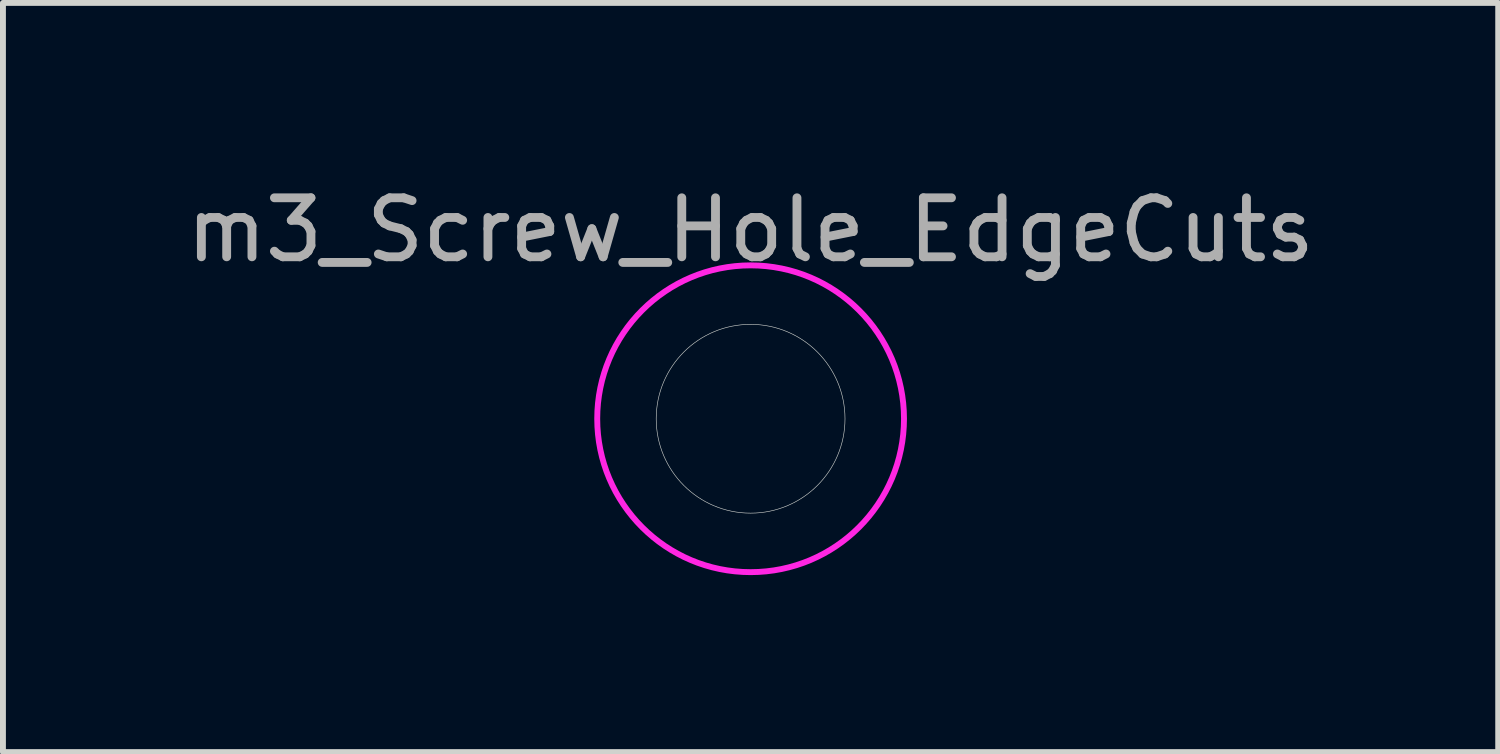
<source format=kicad_pcb>
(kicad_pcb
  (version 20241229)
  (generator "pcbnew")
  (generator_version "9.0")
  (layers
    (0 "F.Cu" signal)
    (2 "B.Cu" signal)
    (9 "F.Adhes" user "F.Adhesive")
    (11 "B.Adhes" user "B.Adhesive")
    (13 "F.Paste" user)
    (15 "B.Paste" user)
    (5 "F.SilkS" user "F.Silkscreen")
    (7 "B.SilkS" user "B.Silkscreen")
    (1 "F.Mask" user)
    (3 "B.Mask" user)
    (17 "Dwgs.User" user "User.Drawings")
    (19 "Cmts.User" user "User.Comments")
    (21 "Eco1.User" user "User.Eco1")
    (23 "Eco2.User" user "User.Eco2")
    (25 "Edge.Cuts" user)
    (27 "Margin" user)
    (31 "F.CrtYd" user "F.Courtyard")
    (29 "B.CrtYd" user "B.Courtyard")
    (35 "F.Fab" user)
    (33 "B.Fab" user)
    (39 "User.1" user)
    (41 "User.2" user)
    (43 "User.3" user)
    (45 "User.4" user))
  (footprint "m3_Screw_Hole_EdgeCuts"
    (layer "F.Cu")
    (at 9.673 4.048)
    (property "Reference" "m3_Screw_Hole_EdgeCuts" (at 0 -3.2 0) (layer "F.Fab") (effects (font (size 1 1) (thickness 0.15))))
    (attr exclude_from_pos_files exclude_from_bom)
    (fp_circle (center 0 0) (end 1.6 0) (stroke (width 0.01) (type solid)) (fill no) (layer "Edge.Cuts"))
    (fp_circle (center 0 0) (end 2.6 0) (stroke (width 0.1) (type solid)) (fill no) (layer "F.CrtYd")))
  (gr_rect
    (start -3 -3)
    (end 22.345 9.698)
    (stroke (width 0.1) (type default))
    (fill no)
    (layer "Edge.Cuts")))
</source>
